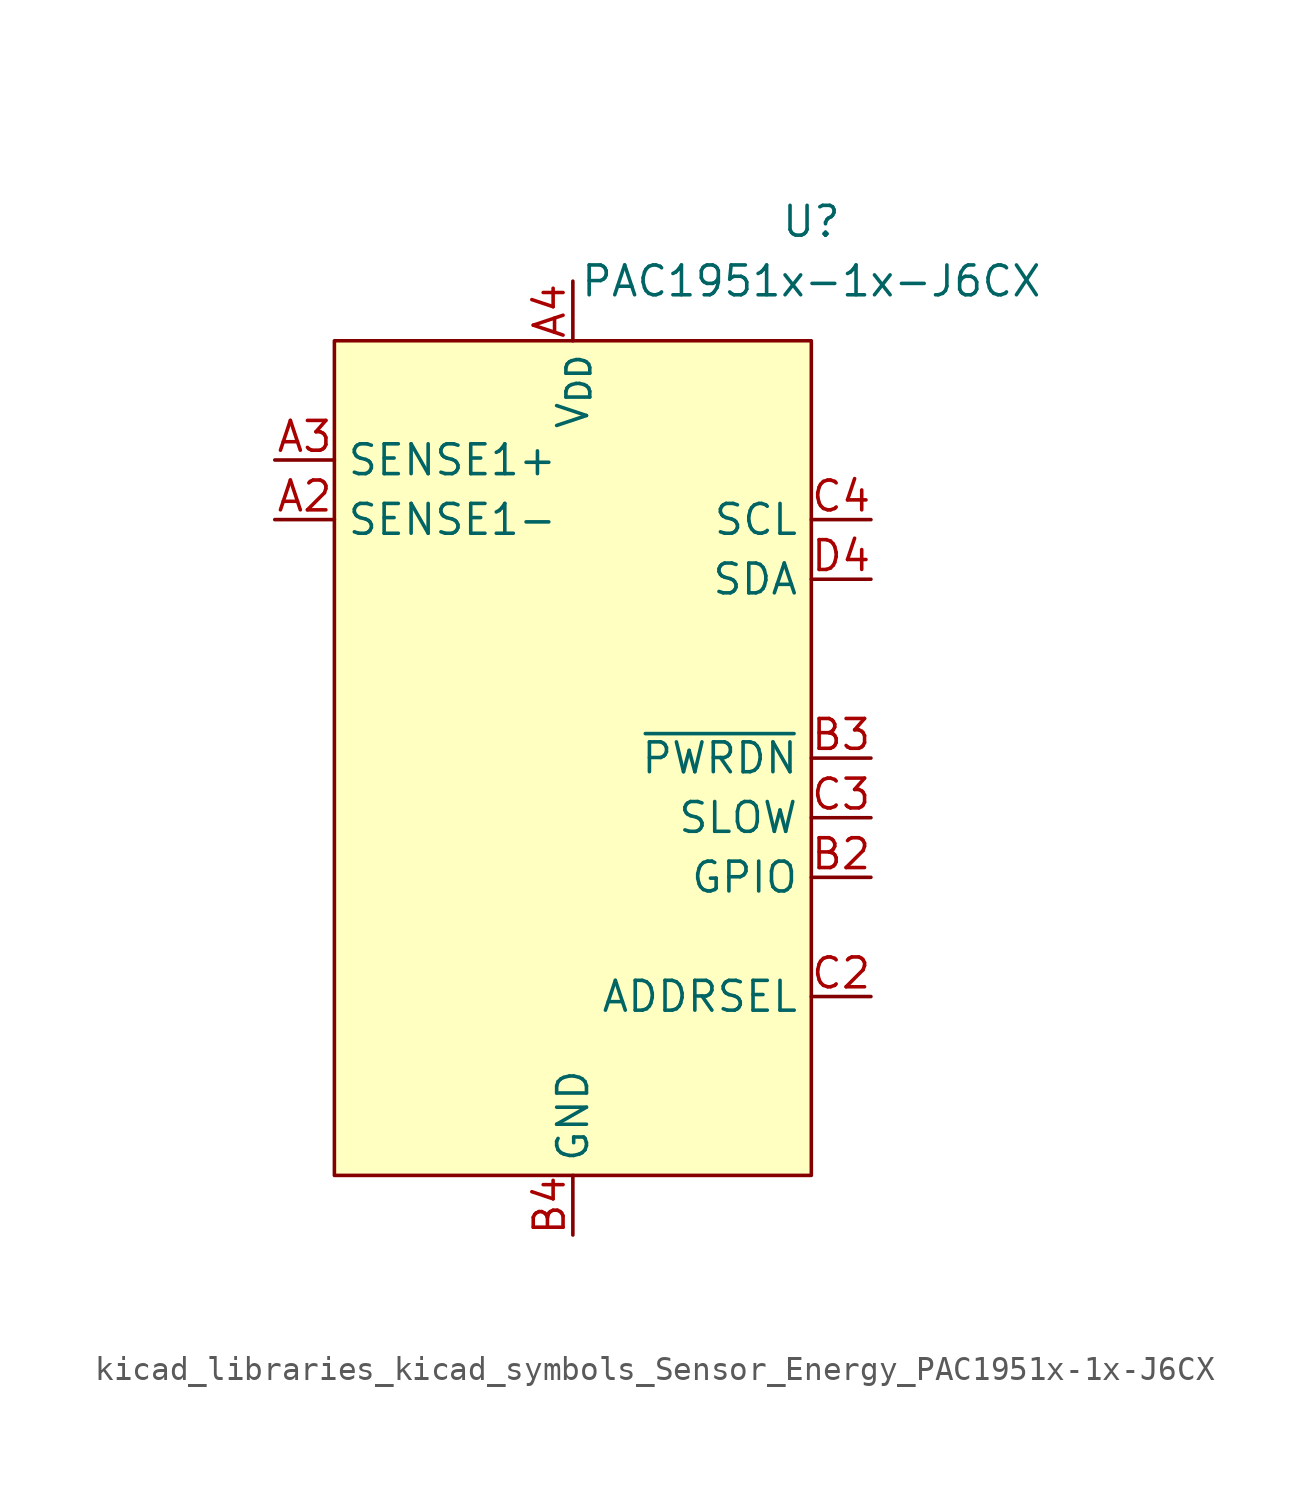
<source format=kicad_sym>
(kicad_symbol_lib
  (version 20220914)
  (generator kicad_symbol_editor)
  (symbol "kicad_libraries_kicad_symbols_Sensor_Energy_PAC1951x-1x-J6CX"
    (property "Reference" "U"
      (at 10.16 22.86 0)
      (effects (font (size 1.27 1.27))))
    (property "Value" "PAC1951x-1x-J6CX"
      (at 10.16 20.32 0)
      (effects (font (size 1.27 1.27))))
    (symbol "kicad_libraries_kicad_symbols_Sensor_Energy_PAC1951x-1x-J6CX_0_0"
      (pin passive line (at 0 -20.32 90) (length 2.54) hide (name "GND" (effects (font (size 1.27 1.27)))) (number "A1" (effects (font (size 1.27 1.27)))))
      (pin input line (at -12.7 10.16 0) (length 2.54) (name "SENSE1-" (effects (font (size 1.27 1.27)))) (number "A2" (effects (font (size 1.27 1.27)))))
      (pin input line (at -12.7 12.7 0) (length 2.54) (name "SENSE1+" (effects (font (size 1.27 1.27)))) (number "A3" (effects (font (size 1.27 1.27)))))
      (pin power_in line (at 0 20.32 270) (length 2.54) (name "V_{DD}" (effects (font (size 1.27 1.27)))) (number "A4" (effects (font (size 1.27 1.27)))))
      (pin passive line (at 0 -20.32 90) (length 2.54) hide (name "GND" (effects (font (size 1.27 1.27)))) (number "B1" (effects (font (size 1.27 1.27)))))
      (pin bidirectional line (at 12.7 -5.08 180) (length 2.54) (name "GPIO" (effects (font (size 1.27 1.27)))) (number "B2" (effects (font (size 1.27 1.27)))) (alternate "~{ALERT2}" open_collector line))
      (pin input line (at 12.7 0 180) (length 2.54) (name "~{PWRDN}" (effects (font (size 1.27 1.27)))) (number "B3" (effects (font (size 1.27 1.27)))))
      (pin power_in line (at 0 -20.32 90) (length 2.54) (name "GND" (effects (font (size 1.27 1.27)))) (number "B4" (effects (font (size 1.27 1.27)))))
      (pin passive line (at 0 -20.32 90) (length 2.54) hide (name "GND" (effects (font (size 1.27 1.27)))) (number "C1" (effects (font (size 1.27 1.27)))))
      (pin passive line (at 12.7 -10.16 180) (length 2.54) (name "ADDRSEL" (effects (font (size 1.27 1.27)))) (number "C2" (effects (font (size 1.27 1.27)))))
      (pin input line (at 12.7 -2.54 180) (length 2.54) (name "SLOW" (effects (font (size 1.27 1.27)))) (number "C3" (effects (font (size 1.27 1.27)))) (alternate "GPIO" bidirectional line) (alternate "~{ALERT1}" open_collector line))
      (pin input line (at 12.7 10.16 180) (length 2.54) (name "SCL" (effects (font (size 1.27 1.27)))) (number "C4" (effects (font (size 1.27 1.27)))) (alternate "SM_CLK" input line))
      (pin passive line (at 0 -20.32 90) (length 2.54) hide (name "GND" (effects (font (size 1.27 1.27)))) (number "D1" (effects (font (size 1.27 1.27)))))
      (pin passive line (at 0 -20.32 90) (length 2.54) hide (name "GND" (effects (font (size 1.27 1.27)))) (number "D2" (effects (font (size 1.27 1.27)))))
      (pin passive line (at 0 -20.32 90) (length 2.54) hide (name "GND" (effects (font (size 1.27 1.27)))) (number "D3" (effects (font (size 1.27 1.27)))))
      (pin bidirectional line (at 12.7 7.62 180) (length 2.54) (name "SDA" (effects (font (size 1.27 1.27)))) (number "D4" (effects (font (size 1.27 1.27)))) (alternate "SM_DATA" bidirectional line)))
    (symbol "kicad_libraries_kicad_symbols_Sensor_Energy_PAC1951x-1x-J6CX_0_1"
      (rectangle (start -10.16 17.78) (end 10.16 -17.78) (stroke (width 0) (type default)) (fill (type background))))))
</source>
